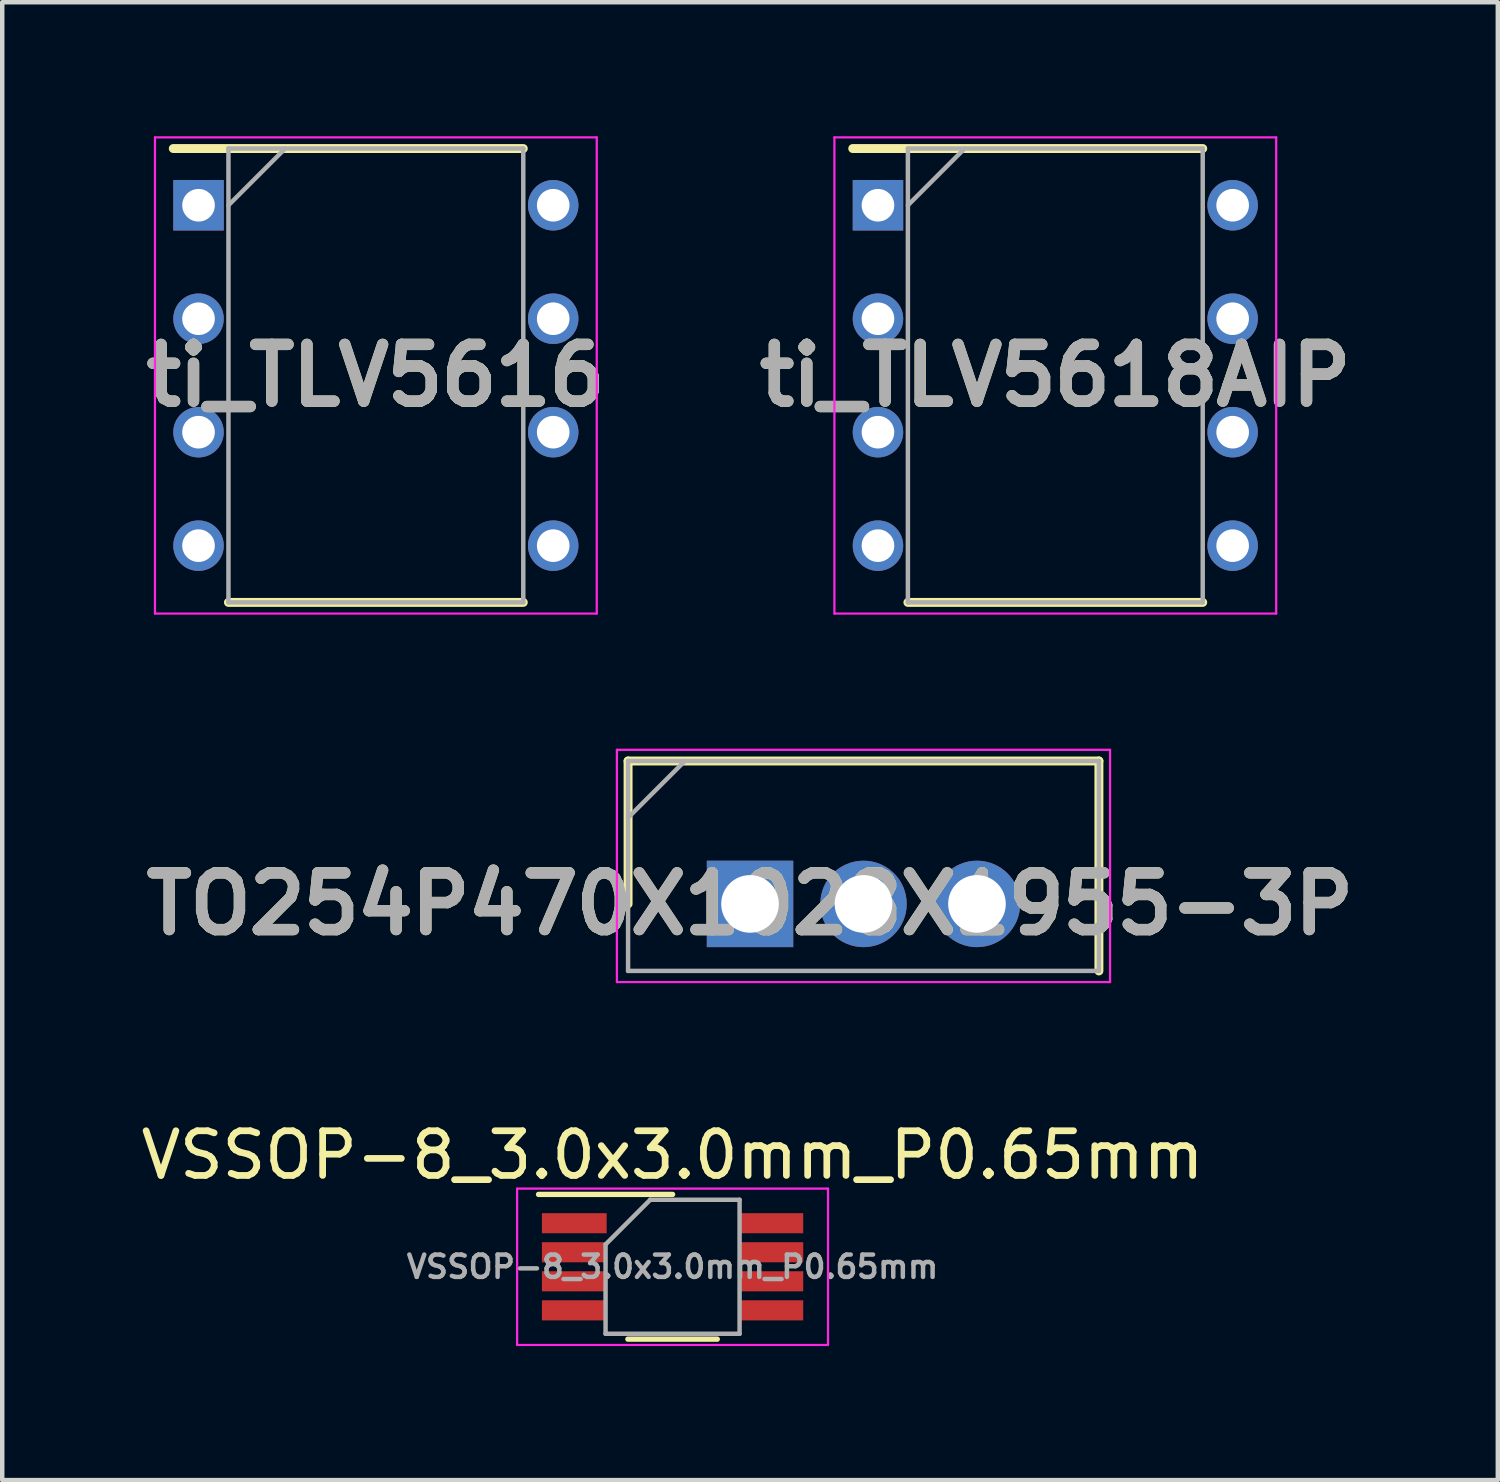
<source format=kicad_pcb>
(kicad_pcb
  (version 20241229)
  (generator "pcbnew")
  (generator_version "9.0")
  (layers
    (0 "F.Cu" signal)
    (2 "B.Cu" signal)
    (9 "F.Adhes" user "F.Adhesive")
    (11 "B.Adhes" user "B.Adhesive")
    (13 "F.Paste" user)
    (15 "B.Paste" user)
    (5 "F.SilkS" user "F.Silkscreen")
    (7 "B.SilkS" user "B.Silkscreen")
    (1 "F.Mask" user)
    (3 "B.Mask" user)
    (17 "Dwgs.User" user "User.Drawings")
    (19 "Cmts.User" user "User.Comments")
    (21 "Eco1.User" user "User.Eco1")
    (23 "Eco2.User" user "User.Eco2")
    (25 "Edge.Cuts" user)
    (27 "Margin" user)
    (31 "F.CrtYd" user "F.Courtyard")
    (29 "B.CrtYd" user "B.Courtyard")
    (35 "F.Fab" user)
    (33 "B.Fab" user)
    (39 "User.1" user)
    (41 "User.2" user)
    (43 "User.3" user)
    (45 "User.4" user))
  (footprint "VSSOP-8_3.0x3.0mm_P0.65mm"
    (layer "F.Cu")
    (at 12.006 25.308)
    (property "Reference" "VSSOP-8_3.0x3.0mm_P0.65mm" (at 0 -2.5 0) (layer "F.SilkS") (effects (font (size 1 1) (thickness 0.15))))
    (attr smd)
    (fp_line (start 0 -1.62) (end -3 -1.62) (stroke (width 0.12) (type solid)) (layer "F.SilkS"))
    (fp_line (start 1 1.62) (end -1 1.62) (stroke (width 0.12) (type solid)) (layer "F.SilkS"))
    (fp_line (start -3.48 -1.75) (end 3.48 -1.75) (stroke (width 0.05) (type solid)) (layer "F.CrtYd"))
    (fp_line (start -3.48 1.75) (end -3.48 -1.75) (stroke (width 0.05) (type solid)) (layer "F.CrtYd"))
    (fp_line (start 3.48 -1.75) (end 3.48 1.75) (stroke (width 0.05) (type solid)) (layer "F.CrtYd"))
    (fp_line (start 3.48 1.75) (end -3.48 1.75) (stroke (width 0.05) (type solid)) (layer "F.CrtYd"))
    (fp_line (start -1.5 1.5) (end -1.5 -0.5) (stroke (width 0.1) (type solid)) (layer "F.Fab"))
    (fp_line (start -0.5 -1.5) (end -1.5 -0.5) (stroke (width 0.1) (type solid)) (layer "F.Fab"))
    (fp_line (start -0.5 -1.5) (end 1.5 -1.5) (stroke (width 0.1) (type solid)) (layer "F.Fab"))
    (fp_line (start 1.5 -1.5) (end 1.5 1.5) (stroke (width 0.1) (type solid)) (layer "F.Fab"))
    (fp_line (start 1.5 1.5) (end -1.5 1.5) (stroke (width 0.1) (type solid)) (layer "F.Fab"))
    (fp_text user "${REFERENCE}" (at 0 0 0) (layer "F.Fab") (effects (font (size 0.5 0.5) (thickness 0.1))))
    (pad "1" smd rect (at -2.2 -0.975 270) (size 0.45 1.45) (layers "F.Cu" "F.Mask" "F.Paste"))
    (pad "2" smd rect (at -2.2 -0.325 270) (size 0.45 1.45) (layers "F.Cu" "F.Mask" "F.Paste"))
    (pad "3" smd rect (at -2.2 0.325 270) (size 0.45 1.45) (layers "F.Cu" "F.Mask" "F.Paste"))
    (pad "4" smd rect (at -2.2 0.975 270) (size 0.45 1.45) (layers "F.Cu" "F.Mask" "F.Paste"))
    (pad "5" smd rect (at 2.2 0.975 270) (size 0.45 1.45) (layers "F.Cu" "F.Mask" "F.Paste"))
    (pad "6" smd rect (at 2.2 0.325 270) (size 0.45 1.45) (layers "F.Cu" "F.Mask" "F.Paste"))
    (pad "7" smd rect (at 2.2 -0.325 270) (size 0.45 1.45) (layers "F.Cu" "F.Mask" "F.Paste"))
    (pad "8" smd rect (at 2.2 -0.975 270) (size 0.45 1.45) (layers "F.Cu" "F.Mask" "F.Paste")))
  (footprint "ti_TLV5616"
    (layer "F.Cu")
    (at 5.364 5.355)
    (property "Reference" "ti_TLV5616" (at 0 0 0) (layer "F.SilkS") (effects (font (size 1.27 1.27) (thickness 0.254))))
    (attr through_hole)
    (fp_line (start -4.535 -5.08) (end 3.3 -5.08) (stroke (width 0.2) (type solid)) (layer "F.SilkS"))
    (fp_line (start -3.3 5.08) (end 3.3 5.08) (stroke (width 0.2) (type solid)) (layer "F.SilkS"))
    (fp_line (start -4.945 -5.33) (end 4.945 -5.33) (stroke (width 0.05) (type solid)) (layer "F.CrtYd"))
    (fp_line (start -4.945 5.33) (end -4.945 -5.33) (stroke (width 0.05) (type solid)) (layer "F.CrtYd"))
    (fp_line (start 4.945 -5.33) (end 4.945 5.33) (stroke (width 0.05) (type solid)) (layer "F.CrtYd"))
    (fp_line (start 4.945 5.33) (end -4.945 5.33) (stroke (width 0.05) (type solid)) (layer "F.CrtYd"))
    (fp_line (start -3.3 -5.08) (end 3.3 -5.08) (stroke (width 0.1) (type solid)) (layer "F.Fab"))
    (fp_line (start -3.3 -3.81) (end -2.03 -5.08) (stroke (width 0.1) (type solid)) (layer "F.Fab"))
    (fp_line (start -3.3 5.08) (end -3.3 -5.08) (stroke (width 0.1) (type solid)) (layer "F.Fab"))
    (fp_line (start 3.3 -5.08) (end 3.3 5.08) (stroke (width 0.1) (type solid)) (layer "F.Fab"))
    (fp_line (start 3.3 5.08) (end -3.3 5.08) (stroke (width 0.1) (type solid)) (layer "F.Fab"))
    (fp_text user "${REFERENCE}" (at 0 0 0) (layer "F.Fab") (effects (font (size 1.27 1.27) (thickness 0.254))))
    (pad "1" thru_hole rect (at -3.97 -3.81) (size 1.13 1.13) (drill 0.73) (layers "*.Cu" "*.Mask"))
    (pad "2" thru_hole circle (at -3.97 -1.27) (size 1.13 1.13) (drill 0.73) (layers "*.Cu" "*.Mask"))
    (pad "3" thru_hole circle (at -3.97 1.27) (size 1.13 1.13) (drill 0.73) (layers "*.Cu" "*.Mask"))
    (pad "4" thru_hole circle (at -3.97 3.81) (size 1.13 1.13) (drill 0.73) (layers "*.Cu" "*.Mask"))
    (pad "5" thru_hole circle (at 3.97 3.81) (size 1.13 1.13) (drill 0.73) (layers "*.Cu" "*.Mask"))
    (pad "6" thru_hole circle (at 3.97 1.27) (size 1.13 1.13) (drill 0.73) (layers "*.Cu" "*.Mask"))
    (pad "7" thru_hole circle (at 3.97 -1.27) (size 1.13 1.13) (drill 0.73) (layers "*.Cu" "*.Mask"))
    (pad "8" thru_hole circle (at 3.97 -3.81) (size 1.13 1.13) (drill 0.73) (layers "*.Cu" "*.Mask")))
  (footprint "TO254P470X1028X1955-3P"
    (layer "F.Cu")
    (at 13.74 17.185)
    (property "Reference" "TO254P470X1028X1955-3P" (at 0 0 0) (layer "F.SilkS") (effects (font (size 1.27 1.27) (thickness 0.254))))
    (attr through_hole)
    (fp_line (start -2.73 -3.2) (end -2.73 0) (stroke (width 0.2) (type solid)) (layer "F.SilkS"))
    (fp_line (start 7.81 -3.2) (end -2.73 -3.2) (stroke (width 0.2) (type solid)) (layer "F.SilkS"))
    (fp_line (start 7.81 1.5) (end 7.81 -3.2) (stroke (width 0.2) (type solid)) (layer "F.SilkS"))
    (fp_line (start -2.98 -3.45) (end 8.06 -3.45) (stroke (width 0.05) (type solid)) (layer "F.CrtYd"))
    (fp_line (start -2.98 1.75) (end -2.98 -3.45) (stroke (width 0.05) (type solid)) (layer "F.CrtYd"))
    (fp_line (start 8.06 -3.45) (end 8.06 1.75) (stroke (width 0.05) (type solid)) (layer "F.CrtYd"))
    (fp_line (start 8.06 1.75) (end -2.98 1.75) (stroke (width 0.05) (type solid)) (layer "F.CrtYd"))
    (fp_line (start -2.73 -3.2) (end 7.81 -3.2) (stroke (width 0.1) (type solid)) (layer "F.Fab"))
    (fp_line (start -2.73 -1.93) (end -1.46 -3.2) (stroke (width 0.1) (type solid)) (layer "F.Fab"))
    (fp_line (start -2.73 1.5) (end -2.73 -3.2) (stroke (width 0.1) (type solid)) (layer "F.Fab"))
    (fp_line (start 7.81 -3.2) (end 7.81 1.5) (stroke (width 0.1) (type solid)) (layer "F.Fab"))
    (fp_line (start 7.81 1.5) (end -2.73 1.5) (stroke (width 0.1) (type solid)) (layer "F.Fab"))
    (fp_text user "${REFERENCE}" (at 0 0 0) (layer "F.Fab") (effects (font (size 1.27 1.27) (thickness 0.254))))
    (pad "1" thru_hole rect (at 0 0) (size 1.935 1.935) (drill 1.29) (layers "*.Cu" "*.Mask"))
    (pad "2" thru_hole circle (at 2.54 0) (size 1.935 1.935) (drill 1.29) (layers "*.Cu" "*.Mask"))
    (pad "3" thru_hole circle (at 5.08 0) (size 1.935 1.935) (drill 1.29) (layers "*.Cu" "*.Mask")))
  (footprint "ti_TLV5618AIP"
    (layer "F.Cu")
    (at 20.574 5.355)
    (property "Reference" "ti_TLV5618AIP" (at 0 0 0) (layer "F.SilkS") (effects (font (size 1.27 1.27) (thickness 0.254))))
    (attr through_hole)
    (fp_line (start -4.535 -5.08) (end 3.3 -5.08) (stroke (width 0.2) (type solid)) (layer "F.SilkS"))
    (fp_line (start -3.3 5.08) (end 3.3 5.08) (stroke (width 0.2) (type solid)) (layer "F.SilkS"))
    (fp_line (start -4.945 -5.33) (end 4.945 -5.33) (stroke (width 0.05) (type solid)) (layer "F.CrtYd"))
    (fp_line (start -4.945 5.33) (end -4.945 -5.33) (stroke (width 0.05) (type solid)) (layer "F.CrtYd"))
    (fp_line (start 4.945 -5.33) (end 4.945 5.33) (stroke (width 0.05) (type solid)) (layer "F.CrtYd"))
    (fp_line (start 4.945 5.33) (end -4.945 5.33) (stroke (width 0.05) (type solid)) (layer "F.CrtYd"))
    (fp_line (start -3.3 -5.08) (end 3.3 -5.08) (stroke (width 0.1) (type solid)) (layer "F.Fab"))
    (fp_line (start -3.3 -3.81) (end -2.03 -5.08) (stroke (width 0.1) (type solid)) (layer "F.Fab"))
    (fp_line (start -3.3 5.08) (end -3.3 -5.08) (stroke (width 0.1) (type solid)) (layer "F.Fab"))
    (fp_line (start 3.3 -5.08) (end 3.3 5.08) (stroke (width 0.1) (type solid)) (layer "F.Fab"))
    (fp_line (start 3.3 5.08) (end -3.3 5.08) (stroke (width 0.1) (type solid)) (layer "F.Fab"))
    (fp_text user "${REFERENCE}" (at 0 0 0) (layer "F.Fab") (effects (font (size 1.27 1.27) (thickness 0.254))))
    (pad "1" thru_hole rect (at -3.97 -3.81) (size 1.13 1.13) (drill 0.73) (layers "*.Cu" "*.Mask"))
    (pad "2" thru_hole circle (at -3.97 -1.27) (size 1.13 1.13) (drill 0.73) (layers "*.Cu" "*.Mask"))
    (pad "3" thru_hole circle (at -3.97 1.27) (size 1.13 1.13) (drill 0.73) (layers "*.Cu" "*.Mask"))
    (pad "4" thru_hole circle (at -3.97 3.81) (size 1.13 1.13) (drill 0.73) (layers "*.Cu" "*.Mask"))
    (pad "5" thru_hole circle (at 3.97 3.81) (size 1.13 1.13) (drill 0.73) (layers "*.Cu" "*.Mask"))
    (pad "6" thru_hole circle (at 3.97 1.27) (size 1.13 1.13) (drill 0.73) (layers "*.Cu" "*.Mask"))
    (pad "7" thru_hole circle (at 3.97 -1.27) (size 1.13 1.13) (drill 0.73) (layers "*.Cu" "*.Mask"))
    (pad "8" thru_hole circle (at 3.97 -3.81) (size 1.13 1.13) (drill 0.73) (layers "*.Cu" "*.Mask")))
  (gr_rect
    (start -3 -3)
    (end 30.48 30.083)
    (stroke (width 0.1) (type default))
    (fill no)
    (layer "Edge.Cuts")))
</source>
